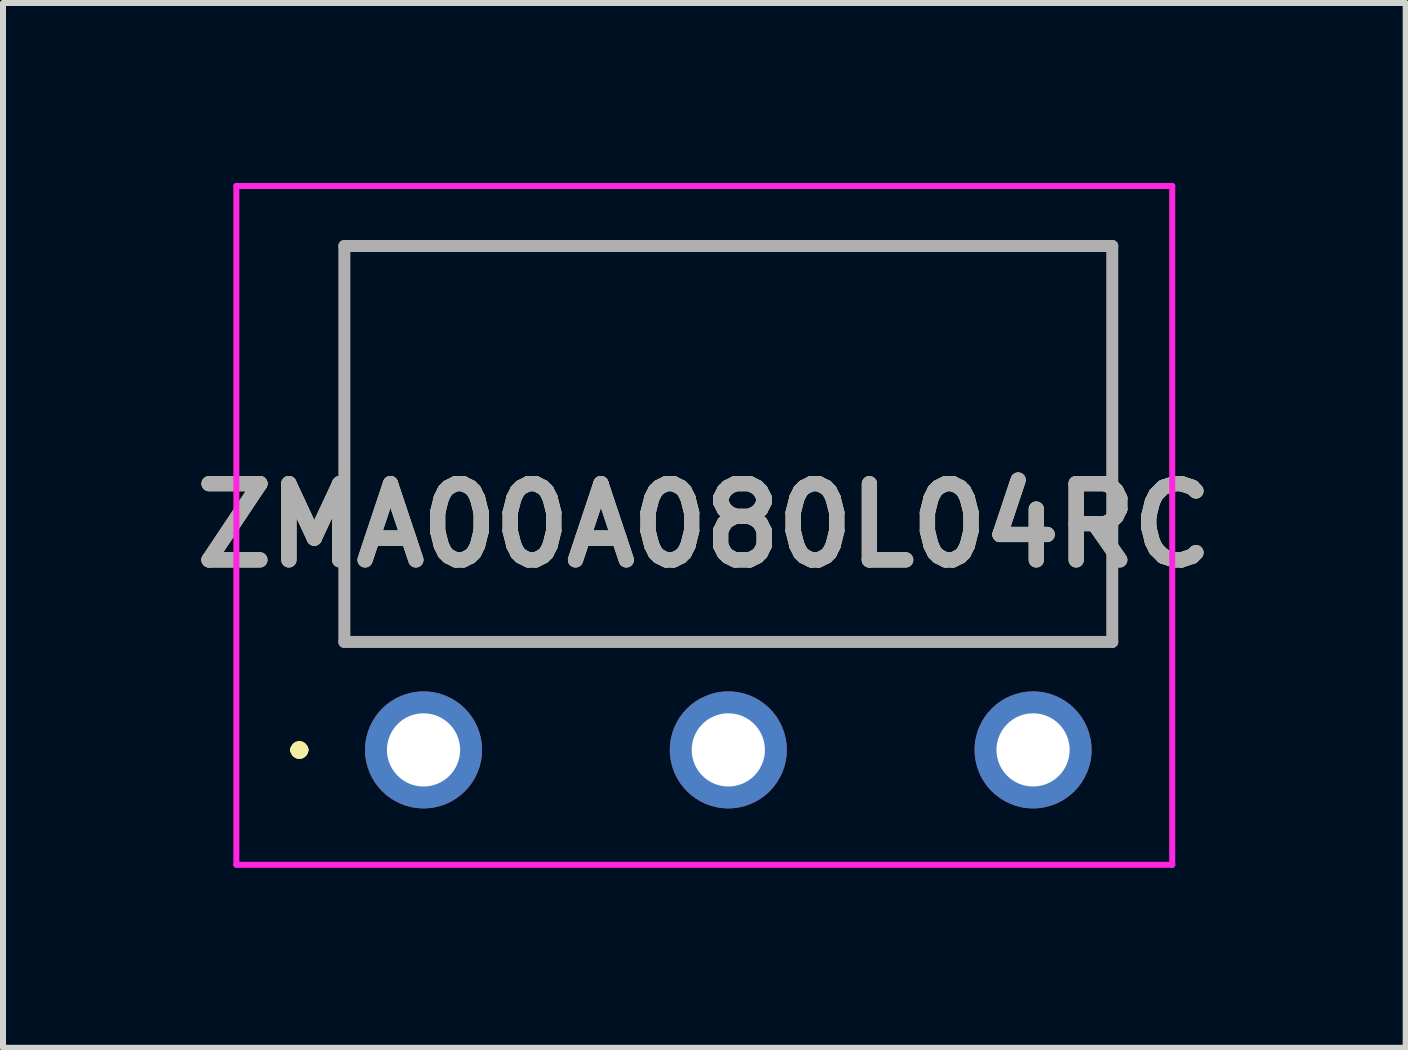
<source format=kicad_pcb>
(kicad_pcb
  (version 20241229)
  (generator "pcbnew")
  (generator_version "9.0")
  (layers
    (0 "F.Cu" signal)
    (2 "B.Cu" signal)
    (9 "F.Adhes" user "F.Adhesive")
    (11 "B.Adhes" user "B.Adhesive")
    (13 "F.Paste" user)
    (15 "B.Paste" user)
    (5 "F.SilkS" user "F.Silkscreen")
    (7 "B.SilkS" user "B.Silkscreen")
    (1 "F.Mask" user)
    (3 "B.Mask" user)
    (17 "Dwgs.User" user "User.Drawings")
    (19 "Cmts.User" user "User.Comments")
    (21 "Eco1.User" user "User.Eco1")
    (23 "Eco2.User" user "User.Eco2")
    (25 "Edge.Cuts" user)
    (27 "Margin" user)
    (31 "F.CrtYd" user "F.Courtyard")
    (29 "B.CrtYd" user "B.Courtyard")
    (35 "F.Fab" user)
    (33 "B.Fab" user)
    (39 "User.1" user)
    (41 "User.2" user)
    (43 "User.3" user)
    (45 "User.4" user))
  (footprint "ZMA00A080L04RC"
    (layer "F.Cu")
    (at 4.01 9.45)
    (property "Reference" "ZMA00A080L04RC" (at 4.68 -3.742 0) (layer "F.SilkS") (effects (font (size 1.27 1.27) (thickness 0.254))))
    (attr through_hole)
    (fp_line (start -2.12 0) (end -2.12 0) (stroke (width 0.2) (type solid)) (layer "F.SilkS"))
    (fp_line (start -2.12 0) (end -2.12 0) (stroke (width 0.2) (type solid)) (layer "F.SilkS"))
    (fp_line (start -2.02 0) (end -2.02 0) (stroke (width 0.2) (type solid)) (layer "F.SilkS"))
    (fp_line (start -1.32 -8.4) (end 11.48 -8.4) (stroke (width 0.1) (type solid)) (layer "F.SilkS"))
    (fp_line (start -1.32 -1.8) (end -1.32 -8.4) (stroke (width 0.1) (type solid)) (layer "F.SilkS"))
    (fp_line (start 11.48 -8.4) (end 11.48 -1.8) (stroke (width 0.1) (type solid)) (layer "F.SilkS"))
    (fp_line (start 11.48 -1.8) (end -1.32 -1.8) (stroke (width 0.1) (type solid)) (layer "F.SilkS"))
    (fp_arc (start -2.12 0) (mid -2.07 -0.05) (end -2.02 0) (stroke (width 0.2) (type solid)) (layer "F.SilkS"))
    (fp_arc (start -2.02 0) (mid -2.07 0.05) (end -2.12 0) (stroke (width 0.2) (type solid)) (layer "F.SilkS"))
    (fp_arc (start -2.02 0) (mid -2.07 0.05) (end -2.12 0) (stroke (width 0.2) (type solid)) (layer "F.SilkS"))
    (fp_line (start -3.12 -9.4) (end 12.48 -9.4) (stroke (width 0.1) (type solid)) (layer "F.CrtYd"))
    (fp_line (start -3.12 1.915) (end -3.12 -9.4) (stroke (width 0.1) (type solid)) (layer "F.CrtYd"))
    (fp_line (start 12.48 -9.4) (end 12.48 1.915) (stroke (width 0.1) (type solid)) (layer "F.CrtYd"))
    (fp_line (start 12.48 1.915) (end -3.12 1.915) (stroke (width 0.1) (type solid)) (layer "F.CrtYd"))
    (fp_line (start -1.32 -8.4) (end -1.32 -1.8) (stroke (width 0.2) (type solid)) (layer "F.Fab"))
    (fp_line (start -1.32 -1.8) (end 11.48 -1.8) (stroke (width 0.2) (type solid)) (layer "F.Fab"))
    (fp_line (start 11.48 -8.4) (end -1.32 -8.4) (stroke (width 0.2) (type solid)) (layer "F.Fab"))
    (fp_line (start 11.48 -1.8) (end 11.48 -8.4) (stroke (width 0.2) (type solid)) (layer "F.Fab"))
    (fp_text user "${REFERENCE}" (at 4.68 -3.742 0) (layer "F.Fab") (effects (font (size 1.27 1.27) (thickness 0.254))))
    (pad "1" thru_hole circle (at 0 0) (size 1.95 1.95) (drill 1.22) (layers "*.Cu" "*.Mask"))
    (pad "2" thru_hole circle (at 5.08 0) (size 1.95 1.95) (drill 1.22) (layers "*.Cu" "*.Mask"))
    (pad "3" thru_hole circle (at 10.16 0) (size 1.95 1.95) (drill 1.22) (layers "*.Cu" "*.Mask")))
  (gr_rect
    (start -3 -3)
    (end 20.381 14.415)
    (stroke (width 0.1) (type default))
    (fill no)
    (layer "Edge.Cuts")))
</source>
